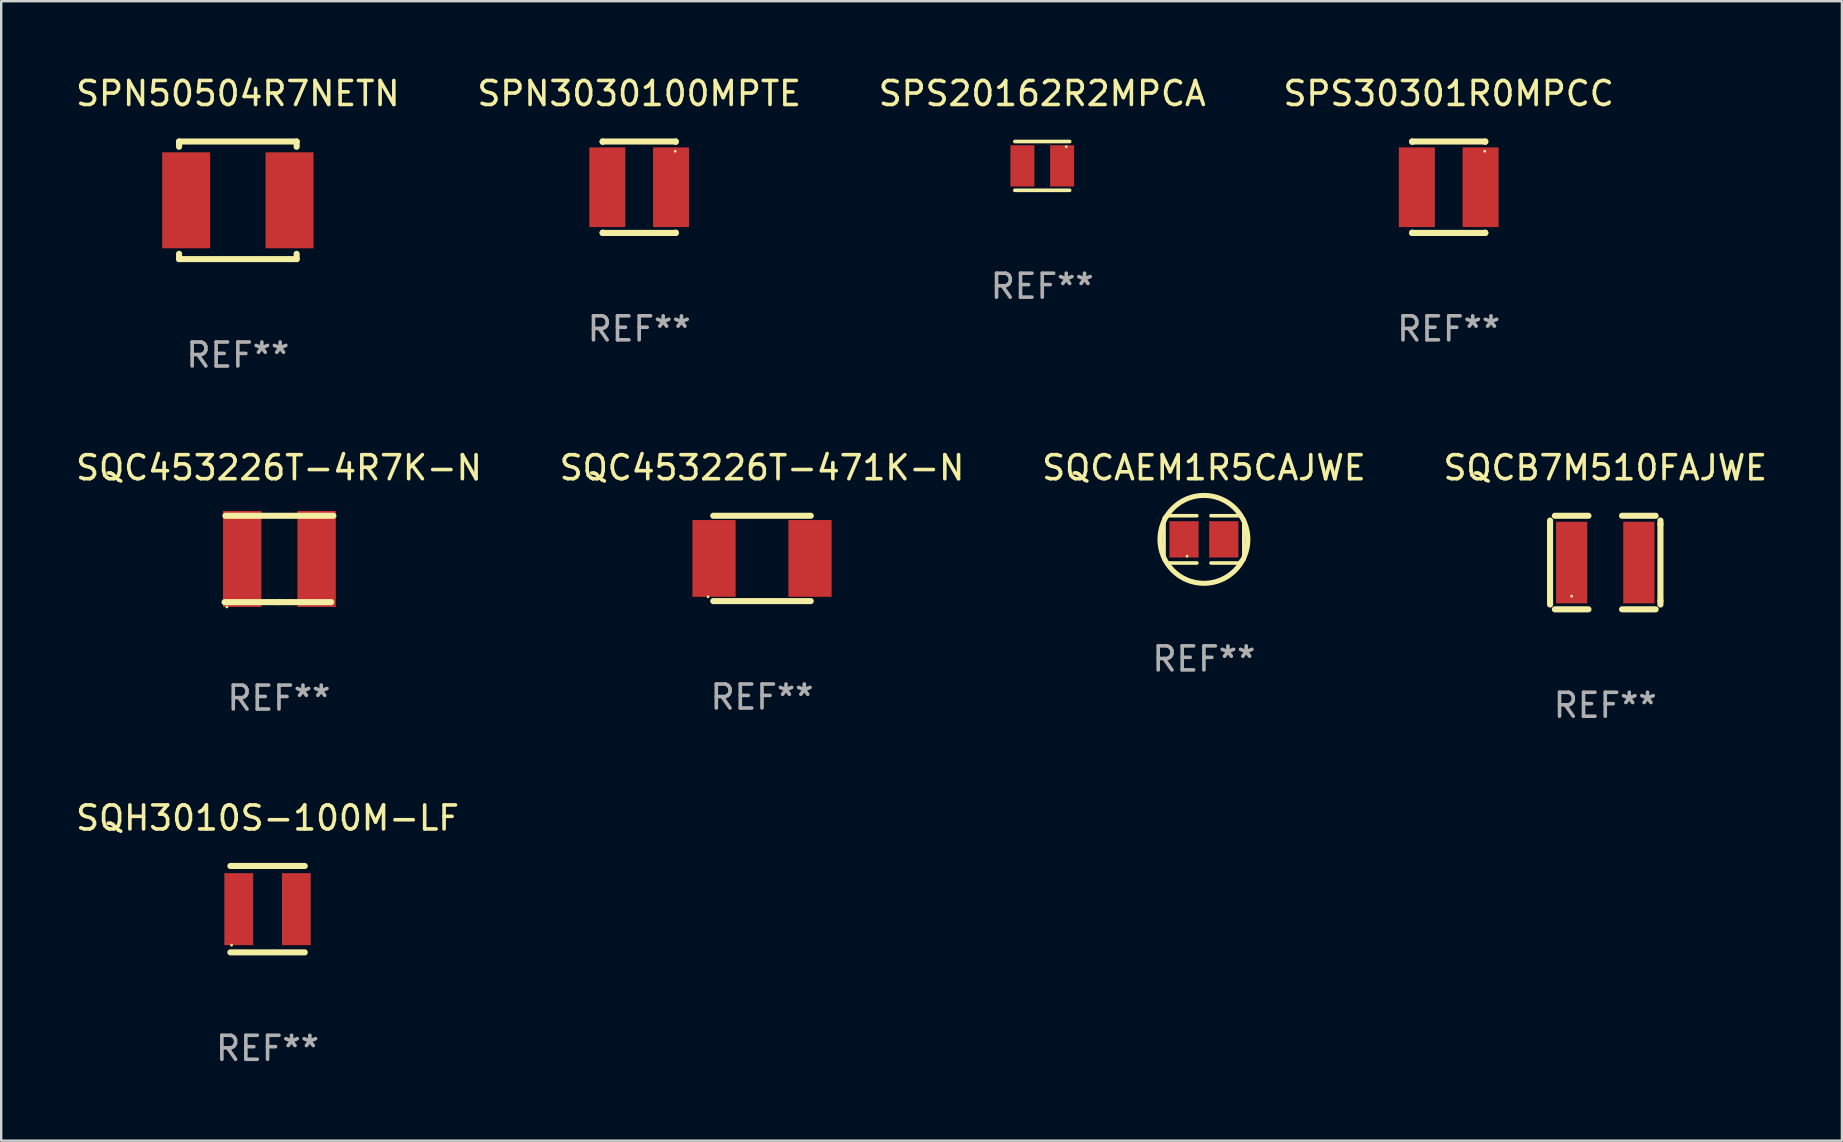
<source format=kicad_pcb>
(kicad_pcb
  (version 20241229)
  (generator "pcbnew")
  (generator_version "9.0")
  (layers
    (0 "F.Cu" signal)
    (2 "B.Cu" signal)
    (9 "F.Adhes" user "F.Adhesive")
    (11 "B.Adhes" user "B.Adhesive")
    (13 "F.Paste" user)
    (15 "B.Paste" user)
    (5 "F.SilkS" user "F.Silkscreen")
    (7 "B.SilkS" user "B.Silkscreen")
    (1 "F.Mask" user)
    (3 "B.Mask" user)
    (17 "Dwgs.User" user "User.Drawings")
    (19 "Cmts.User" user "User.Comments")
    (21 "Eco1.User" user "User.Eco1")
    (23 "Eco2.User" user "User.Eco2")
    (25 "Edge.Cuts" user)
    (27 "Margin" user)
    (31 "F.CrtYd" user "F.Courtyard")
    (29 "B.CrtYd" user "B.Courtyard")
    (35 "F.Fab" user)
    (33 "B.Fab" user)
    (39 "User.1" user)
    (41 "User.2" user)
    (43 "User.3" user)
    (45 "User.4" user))
  (footprint "SPS30301R0MPCC"
    (layer "F.Cu")
    (at 57.327 4.753)
    (property "Reference" "SPS30301R0MPCC" (at 0 -3.905 0) (layer "F.SilkS") (effects (font (size 1 1) (thickness 0.15))))
    (attr through_hole)
    (fp_line (start -1.524 -1.905) (end 1.524 -1.905) (stroke (width 0.254) (type solid)) (layer "F.SilkS"))
    (fp_line (start -1.524 -1.891) (end -1.524 -1.905) (stroke (width 0.254) (type solid)) (layer "F.SilkS"))
    (fp_line (start -1.524 1.905) (end -1.524 1.891) (stroke (width 0.254) (type solid)) (layer "F.SilkS"))
    (fp_line (start -1.524 1.905) (end 1.524 1.905) (stroke (width 0.254) (type solid)) (layer "F.SilkS"))
    (fp_line (start 1.524 -1.905) (end 1.524 -1.891) (stroke (width 0.254) (type solid)) (layer "F.SilkS"))
    (fp_line (start 1.524 1.891) (end 1.524 1.905) (stroke (width 0.254) (type solid)) (layer "F.SilkS"))
    (fp_circle (center 1.5 -1.5) (end 1.53 -1.5) (stroke (width 0.06) (type solid)) (fill no) (layer "F.SilkS"))
    (fp_text user "REF**" (at 0 5.905 0) (layer "F.Fab") (effects (font (size 1 1) (thickness 0.15))))
    (pad "1" smd rect (at 1.328 0) (size 1.5 3.32) (layers "F.Cu" "F.Mask" "F.Paste"))
    (pad "2" smd rect (at -1.328 0) (size 1.5 3.32) (layers "F.Cu" "F.Mask" "F.Paste")))
  (footprint "SQC453226T-471K-N"
    (layer "F.Cu")
    (at 28.708 20.223)
    (property "Reference" "SQC453226T-471K-N" (at 0 -3.778 0) (layer "F.SilkS") (effects (font (size 1 1) (thickness 0.15))))
    (attr through_hole)
    (fp_line (start -2.032 -1.778) (end 2.032 -1.778) (stroke (width 0.254) (type solid)) (layer "F.SilkS"))
    (fp_line (start 2.032 1.778) (end -2.032 1.778) (stroke (width 0.254) (type solid)) (layer "F.SilkS"))
    (fp_circle (center -2.25 1.6) (end -2.22 1.6) (stroke (width 0.06) (type solid)) (fill no) (layer "F.SilkS"))
    (fp_text user "REF**" (at 0 5.778 0) (layer "F.Fab") (effects (font (size 1 1) (thickness 0.15))))
    (pad "1" smd rect (at -2 0) (size 1.8 3.2) (layers "F.Cu" "F.Mask" "F.Paste"))
    (pad "2" smd rect (at 2 0) (size 1.8 3.2) (layers "F.Cu" "F.Mask" "F.Paste")))
  (footprint "SQCB7M510FAJWE"
    (layer "F.Cu")
    (at 63.851 20.395)
    (property "Reference" "SQCB7M510FAJWE" (at 0 -3.95 0) (layer "F.SilkS") (effects (font (size 1 1) (thickness 0.15))))
    (attr through_hole)
    (fp_line (start -2.3 -1.75) (end -2.3 -1.6) (stroke (width 0.254) (type solid)) (layer "F.SilkS"))
    (fp_line (start -2.3 -1.6) (end -2.3 1.6) (stroke (width 0.254) (type solid)) (layer "F.SilkS"))
    (fp_line (start -2.3 1.75) (end -2.3 1.6) (stroke (width 0.254) (type solid)) (layer "F.SilkS"))
    (fp_line (start -0.7 -1.95) (end -2.1 -1.95) (stroke (width 0.254) (type solid)) (layer "F.SilkS"))
    (fp_line (start -0.7 1.95) (end -2.1 1.95) (stroke (width 0.254) (type solid)) (layer "F.SilkS"))
    (fp_line (start 0.7 -1.95) (end 2.1 -1.95) (stroke (width 0.254) (type solid)) (layer "F.SilkS"))
    (fp_line (start 0.7 1.95) (end 2.1 1.95) (stroke (width 0.254) (type solid)) (layer "F.SilkS"))
    (fp_line (start 2.3 1.75) (end 2.3 1.6) (stroke (width 0.254) (type solid)) (layer "F.SilkS"))
    (fp_line (start 2.3 -1.75) (end 2.3 -1.6) (stroke (width 0.254) (type solid)) (layer "F.SilkS"))
    (fp_line (start 2.3 -1.6) (end 2.3 1.6) (stroke (width 0.254) (type solid)) (layer "F.SilkS"))
    (fp_circle (center -1.4 1.4) (end -1.37 1.4) (stroke (width 0.06) (type solid)) (fill no) (layer "F.SilkS"))
    (fp_text user "REF**" (at 0 5.95 0) (layer "F.Fab") (effects (font (size 1 1) (thickness 0.15))))
    (pad "1" smd rect (at -1.4 0 90) (size 3.4 1.3) (layers "F.Cu" "F.Mask" "F.Paste"))
    (pad "2" smd rect (at 1.4 0 90) (size 3.4 1.3) (layers "F.Cu" "F.Mask" "F.Paste")))
  (footprint "SPN50504R7NETN"
    (layer "F.Cu")
    (at 6.863 5.298)
    (property "Reference" "SPN50504R7NETN" (at 0 -4.45 0) (layer "F.SilkS") (effects (font (size 1 1) (thickness 0.15))))
    (attr through_hole)
    (fp_line (start -2.45 -2.45) (end 2.45 -2.45) (stroke (width 0.254) (type solid)) (layer "F.SilkS"))
    (fp_line (start -2.45 -2.231) (end -2.45 -2.45) (stroke (width 0.254) (type solid)) (layer "F.SilkS"))
    (fp_line (start -2.45 2.45) (end -2.45 2.231) (stroke (width 0.254) (type solid)) (layer "F.SilkS"))
    (fp_line (start -2.45 2.45) (end 2.45 2.45) (stroke (width 0.254) (type solid)) (layer "F.SilkS"))
    (fp_line (start 2.45 -2.45) (end 2.45 -2.231) (stroke (width 0.254) (type solid)) (layer "F.SilkS"))
    (fp_line (start 2.45 2.231) (end 2.45 2.45) (stroke (width 0.254) (type solid)) (layer "F.SilkS"))
    (fp_circle (center -2.45 2.45) (end -2.42 2.45) (stroke (width 0.06) (type solid)) (fill no) (layer "F.SilkS"))
    (fp_text user "REF**" (at 0 6.45 0) (layer "F.Fab") (effects (font (size 1 1) (thickness 0.15))))
    (pad "1" smd rect (at -2.154 0) (size 2 4) (layers "F.Cu" "F.Mask" "F.Paste"))
    (pad "2" smd rect (at 2.154 0) (size 2 4) (layers "F.Cu" "F.Mask" "F.Paste")))
  (footprint "SQH3010S-100M-LF"
    (layer "F.Cu")
    (at 8.101 34.841)
    (property "Reference" "SQH3010S-100M-LF" (at 0 -3.8 0) (layer "F.SilkS") (effects (font (size 1 1) (thickness 0.15))))
    (attr through_hole)
    (fp_line (start -1.55 -1.8) (end 1.55 -1.8) (stroke (width 0.254) (type solid)) (layer "F.SilkS"))
    (fp_line (start -1.55 1.8) (end 1.55 1.8) (stroke (width 0.254) (type solid)) (layer "F.SilkS"))
    (fp_circle (center -1.5 1.5) (end -1.47 1.5) (stroke (width 0.06) (type solid)) (fill no) (layer "F.SilkS"))
    (fp_text user "REF**" (at 0 5.8 0) (layer "F.Fab") (effects (font (size 1 1) (thickness 0.15))))
    (pad "1" smd rect (at -1.2 0 90) (size 3 1.2) (layers "F.Cu" "F.Mask" "F.Paste"))
    (pad "2" smd rect (at 1.2 0 90) (size 3 1.2) (layers "F.Cu" "F.Mask" "F.Paste")))
  (footprint "SPS20162R2MPCA"
    (layer "F.Cu")
    (at 40.387 3.864)
    (property "Reference" "SPS20162R2MPCA" (at 0 -3.016 0) (layer "F.SilkS") (effects (font (size 1 1) (thickness 0.15))))
    (attr through_hole)
    (fp_line (start -1.143 -1.016) (end 1.143 -1.016) (stroke (width 0.152) (type solid)) (layer "F.SilkS"))
    (fp_line (start 1.143 1.016) (end -1.143 1.016) (stroke (width 0.152) (type solid)) (layer "F.SilkS"))
    (fp_circle (center 1 -0.8) (end 1.03 -0.8) (stroke (width 0.06) (type solid)) (fill no) (layer "F.SilkS"))
    (fp_text user "REF**" (at 0 5.016 0) (layer "F.Fab") (effects (font (size 1 1) (thickness 0.15))))
    (pad "1" smd rect (at 0.828 0) (size 1 1.72) (layers "F.Cu" "F.Mask" "F.Paste"))
    (pad "2" smd rect (at -0.828 0) (size 1 1.72) (layers "F.Cu" "F.Mask" "F.Paste")))
  (footprint "SQC453226T-4R7K-N"
    (layer "F.Cu")
    (at 8.577 20.245)
    (property "Reference" "SQC453226T-4R7K-N" (at 0 -3.8 0) (layer "F.SilkS") (effects (font (size 1 1) (thickness 0.15))))
    (attr through_hole)
    (fp_line (start 0.018 1.8) (end -2.268 1.8) (stroke (width 0.254) (type solid)) (layer "F.SilkS"))
    (fp_line (start 0.018 1.8) (end 2.177 1.8) (stroke (width 0.254) (type solid)) (layer "F.SilkS"))
    (fp_line (start 2.268 -1.8) (end -2.232 -1.8) (stroke (width 0.254) (type solid)) (layer "F.SilkS"))
    (fp_circle (center -2.172 2.001) (end -2.142 2.001) (stroke (width 0.06) (type solid)) (fill no) (layer "F.SilkS"))
    (fp_text user "REF**" (at 0 5.8 0) (layer "F.Fab") (effects (font (size 1 1) (thickness 0.15))))
    (pad "1" smd rect (at -1.532 0.000013) (size 1.6 4) (layers "F.Cu" "F.Mask" "F.Paste"))
    (pad "2" smd rect (at 1.568 0.000013) (size 1.6 4) (layers "F.Cu" "F.Mask" "F.Paste")))
  (footprint "SPN3030100MPTE"
    (layer "F.Cu")
    (at 23.589 4.753)
    (property "Reference" "SPN3030100MPTE" (at 0 -3.905 0) (layer "F.SilkS") (effects (font (size 1 1) (thickness 0.15))))
    (attr through_hole)
    (fp_line (start -1.524 -1.905) (end 1.524 -1.905) (stroke (width 0.254) (type solid)) (layer "F.SilkS"))
    (fp_line (start -1.524 -1.891) (end -1.524 -1.905) (stroke (width 0.254) (type solid)) (layer "F.SilkS"))
    (fp_line (start -1.524 1.905) (end -1.524 1.891) (stroke (width 0.254) (type solid)) (layer "F.SilkS"))
    (fp_line (start -1.524 1.905) (end 1.524 1.905) (stroke (width 0.254) (type solid)) (layer "F.SilkS"))
    (fp_line (start 1.524 -1.905) (end 1.524 -1.891) (stroke (width 0.254) (type solid)) (layer "F.SilkS"))
    (fp_line (start 1.524 1.891) (end 1.524 1.905) (stroke (width 0.254) (type solid)) (layer "F.SilkS"))
    (fp_circle (center 1.5 -1.5) (end 1.53 -1.5) (stroke (width 0.06) (type solid)) (fill no) (layer "F.SilkS"))
    (fp_text user "REF**" (at 0 5.905 0) (layer "F.Fab") (effects (font (size 1 1) (thickness 0.15))))
    (pad "1" smd rect (at 1.328 0) (size 1.5 3.32) (layers "F.Cu" "F.Mask" "F.Paste"))
    (pad "2" smd rect (at -1.328 0) (size 1.5 3.32) (layers "F.Cu" "F.Mask" "F.Paste")))
  (footprint "SQCAEM1R5CAJWE"
    (layer "F.Cu")
    (at 47.125 19.429)
    (property "Reference" "SQCAEM1R5CAJWE" (at 0 -2.985 0) (layer "F.SilkS") (effects (font (size 1 1) (thickness 0.15))))
    (attr through_hole)
    (fp_line (start -1.664 -0.832) (end -1.664 0.832) (stroke (width 0.152) (type solid)) (layer "F.SilkS"))
    (fp_line (start -1.511 0.985) (end -0.296 0.985) (stroke (width 0.152) (type solid)) (layer "F.SilkS"))
    (fp_line (start -0.296 -0.985) (end -1.511 -0.985) (stroke (width 0.152) (type solid)) (layer "F.SilkS"))
    (fp_line (start 0.296 -0.985) (end 1.511 -0.985) (stroke (width 0.152) (type solid)) (layer "F.SilkS"))
    (fp_line (start 1.511 0.985) (end 0.296 0.985) (stroke (width 0.152) (type solid)) (layer "F.SilkS"))
    (fp_line (start 1.664 -0.832) (end 1.664 0.832) (stroke (width 0.152) (type solid)) (layer "F.SilkS"))
    (fp_arc (start -1.663599 -0.8322) (mid -1.618962 -0.939963) (end -1.511199 -0.9846) (stroke (width 0.1524) (type solid)) (layer "F.SilkS"))
    (fp_arc (start -1.663599 0.8322) (mid 1.663577 -0.832178) (end -1.663599 0.8322) (stroke (width 0.1524) (type solid)) (layer "F.SilkS"))
    (fp_arc (start 1.511199 -0.9846) (mid -1.511221 0.984622) (end 1.511199 -0.9846) (stroke (width 0.1524) (type solid)) (layer "F.SilkS"))
    (fp_arc (start 1.511199 0.9846) (mid 1.555836 0.876837) (end 1.663599 0.8322) (stroke (width 0.1524) (type solid)) (layer "F.SilkS"))
    (fp_circle (center -0.7 0.7) (end -0.67 0.7) (stroke (width 0.06) (type solid)) (fill no) (layer "F.SilkS"))
    (fp_text user "REF**" (at 0 4.985 0) (layer "F.Fab") (effects (font (size 1 1) (thickness 0.15))))
    (pad "1" smd rect (at -0.828 0) (size 1.215 1.512) (layers "F.Cu" "F.Mask" "F.Paste"))
    (pad "2" smd rect (at 0.828 0) (size 1.215 1.512) (layers "F.Cu" "F.Mask" "F.Paste")))
  (gr_rect
    (start -3 -3)
    (end 73.714 44.49)
    (stroke (width 0.1) (type default))
    (fill no)
    (layer "Edge.Cuts")))
</source>
